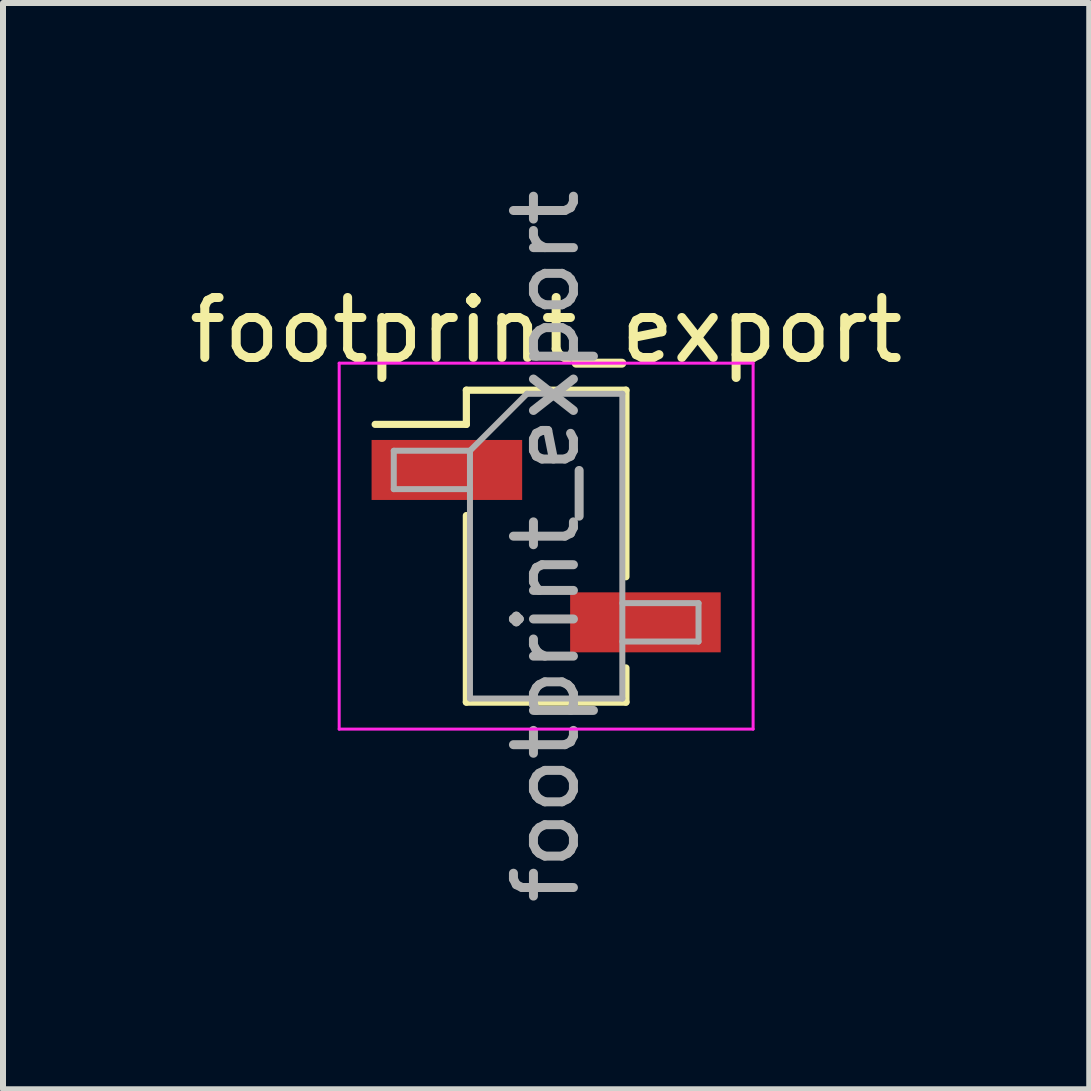
<source format=kicad_pcb>
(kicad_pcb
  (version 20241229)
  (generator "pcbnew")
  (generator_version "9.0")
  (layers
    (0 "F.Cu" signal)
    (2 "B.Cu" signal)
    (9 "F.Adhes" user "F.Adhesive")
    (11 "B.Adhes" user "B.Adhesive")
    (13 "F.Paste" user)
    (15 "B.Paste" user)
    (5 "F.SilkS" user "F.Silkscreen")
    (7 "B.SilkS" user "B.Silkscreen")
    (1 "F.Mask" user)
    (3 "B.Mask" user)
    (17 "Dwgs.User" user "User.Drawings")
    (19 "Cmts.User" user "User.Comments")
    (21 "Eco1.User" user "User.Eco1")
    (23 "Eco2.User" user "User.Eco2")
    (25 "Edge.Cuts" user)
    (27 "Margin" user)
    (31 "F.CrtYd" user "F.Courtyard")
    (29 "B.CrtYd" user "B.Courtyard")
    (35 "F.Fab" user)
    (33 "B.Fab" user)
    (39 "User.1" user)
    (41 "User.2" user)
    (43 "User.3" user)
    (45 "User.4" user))
  (footprint "footprint_export"
    (layer "F.Cu")
    (at 6.054 6.054)
    (property "Reference" "footprint_export" (at 0 -3.6 0) (layer "F.SilkS") (effects (font (size 1 1) (thickness 0.15))))
    (attr smd)
    (fp_line (start -1.33 -2.6) (end -1.33 -2.03) (stroke (width 0.12) (type solid)) (layer "F.SilkS"))
    (fp_line (start -1.33 -2.6) (end 1.33 -2.6) (stroke (width 0.12) (type solid)) (layer "F.SilkS"))
    (fp_line (start -1.33 -2.03) (end -2.85 -2.03) (stroke (width 0.12) (type solid)) (layer "F.SilkS"))
    (fp_line (start -1.33 -0.51) (end -1.33 2.6) (stroke (width 0.12) (type solid)) (layer "F.SilkS"))
    (fp_line (start -1.33 2.6) (end 1.33 2.6) (stroke (width 0.12) (type solid)) (layer "F.SilkS"))
    (fp_line (start 1.33 -2.6) (end 1.33 0.51) (stroke (width 0.12) (type solid)) (layer "F.SilkS"))
    (fp_line (start 1.33 2.03) (end 1.33 2.6) (stroke (width 0.12) (type solid)) (layer "F.SilkS"))
    (fp_line (start -3.45 -3.05) (end -3.45 3.05) (stroke (width 0.05) (type solid)) (layer "F.CrtYd"))
    (fp_line (start -3.45 3.05) (end 3.45 3.05) (stroke (width 0.05) (type solid)) (layer "F.CrtYd"))
    (fp_line (start 3.45 -3.05) (end -3.45 -3.05) (stroke (width 0.05) (type solid)) (layer "F.CrtYd"))
    (fp_line (start 3.45 3.05) (end 3.45 -3.05) (stroke (width 0.05) (type solid)) (layer "F.CrtYd"))
    (fp_line (start -2.54 -1.59) (end -2.54 -0.95) (stroke (width 0.1) (type solid)) (layer "F.Fab"))
    (fp_line (start -2.54 -0.95) (end -1.27 -0.95) (stroke (width 0.1) (type solid)) (layer "F.Fab"))
    (fp_line (start -1.27 -1.59) (end -2.54 -1.59) (stroke (width 0.1) (type solid)) (layer "F.Fab"))
    (fp_line (start -1.27 -1.59) (end -0.32 -2.54) (stroke (width 0.1) (type solid)) (layer "F.Fab"))
    (fp_line (start -1.27 2.54) (end -1.27 -1.59) (stroke (width 0.1) (type solid)) (layer "F.Fab"))
    (fp_line (start -0.32 -2.54) (end 1.27 -2.54) (stroke (width 0.1) (type solid)) (layer "F.Fab"))
    (fp_line (start 1.27 -2.54) (end 1.27 2.54) (stroke (width 0.1) (type solid)) (layer "F.Fab"))
    (fp_line (start 1.27 0.95) (end 2.54 0.95) (stroke (width 0.1) (type solid)) (layer "F.Fab"))
    (fp_line (start 1.27 2.54) (end -1.27 2.54) (stroke (width 0.1) (type solid)) (layer "F.Fab"))
    (fp_line (start 2.54 0.95) (end 2.54 1.59) (stroke (width 0.1) (type solid)) (layer "F.Fab"))
    (fp_line (start 2.54 1.59) (end 1.27 1.59) (stroke (width 0.1) (type solid)) (layer "F.Fab"))
    (fp_text user "${REFERENCE}" (at 0 0 90) (layer "F.Fab") (effects (font (size 1 1) (thickness 0.15))))
    (pad "1" smd rect (at -1.655 -1.27) (size 2.51 1) (layers "F.Cu" "F.Mask" "F.Paste"))
    (pad "2" smd rect (at 1.655 1.27) (size 2.51 1) (layers "F.Cu" "F.Mask" "F.Paste")))
  (gr_rect
    (start -3 -3)
    (end 15.107 15.107)
    (stroke (width 0.1) (type default))
    (fill no)
    (layer "Edge.Cuts")))
</source>
